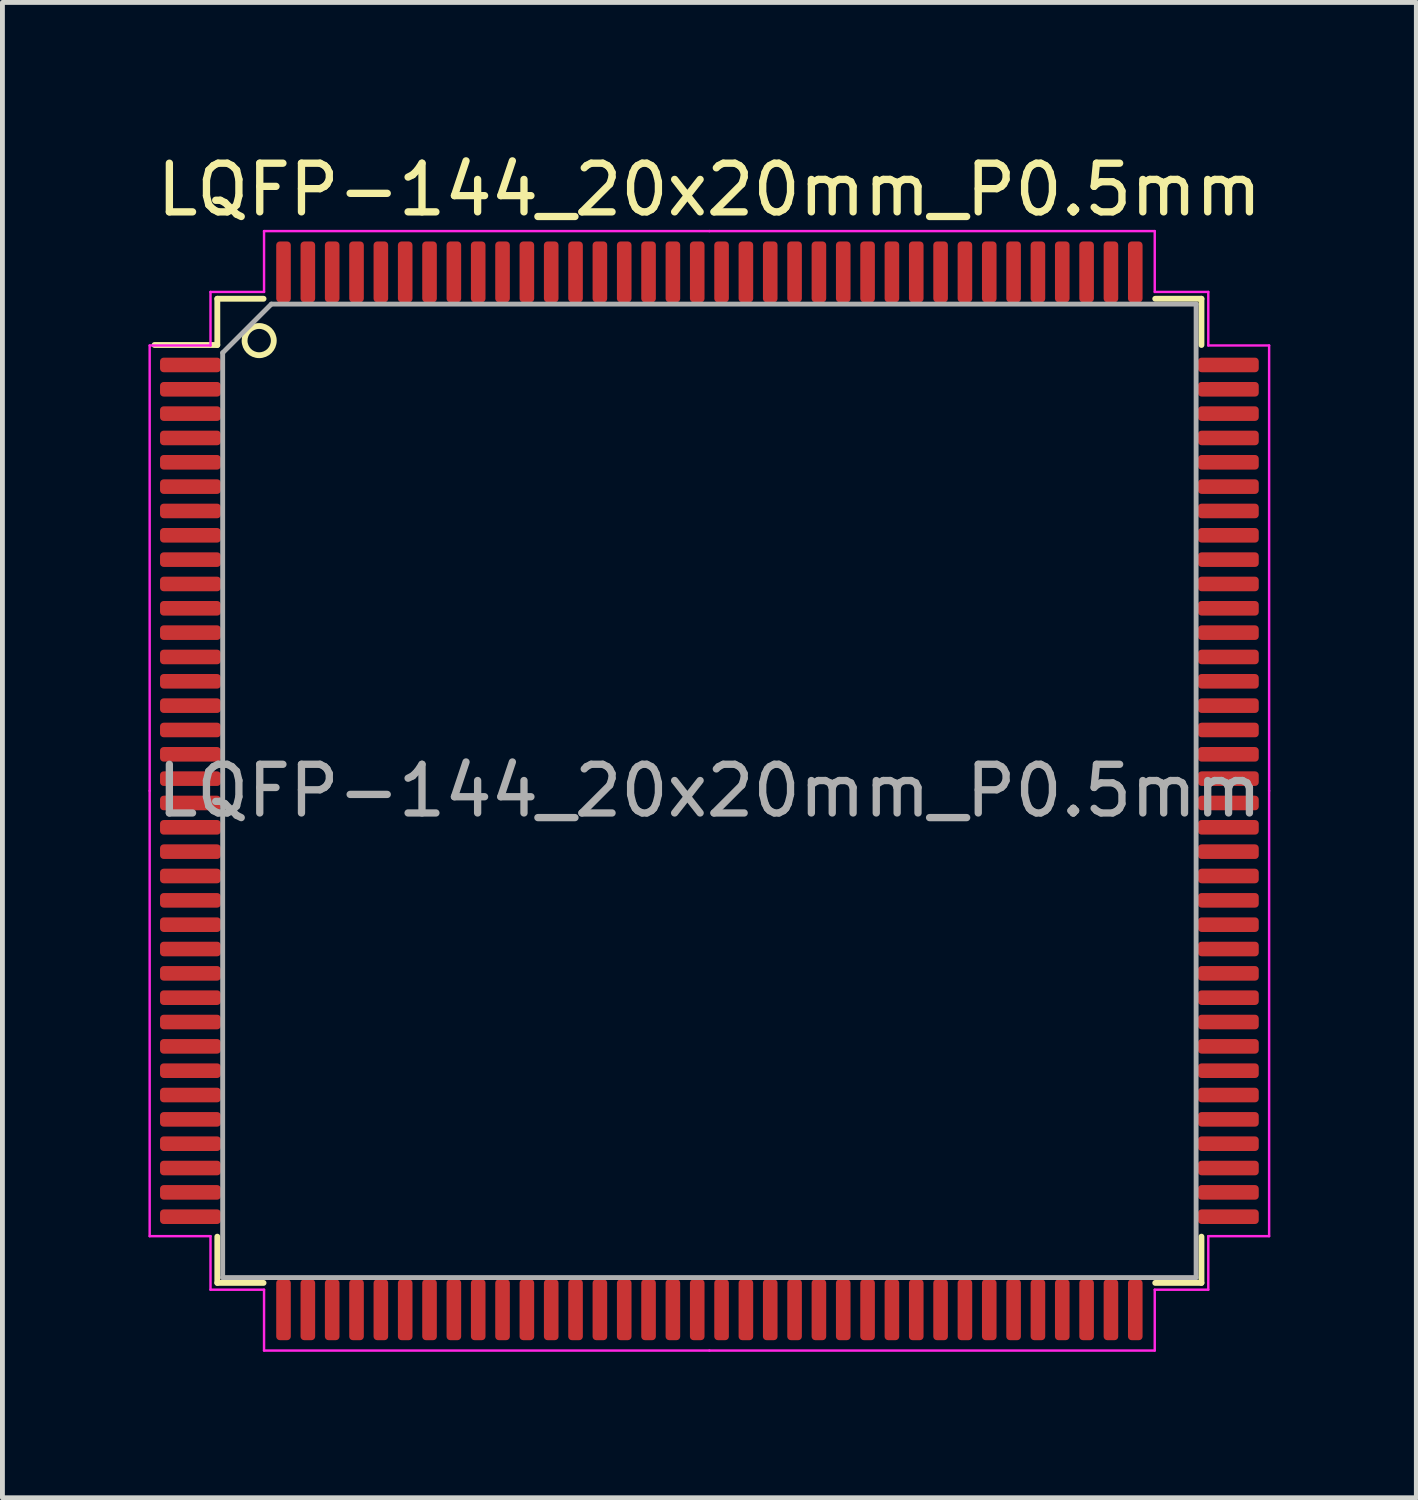
<source format=kicad_pcb>
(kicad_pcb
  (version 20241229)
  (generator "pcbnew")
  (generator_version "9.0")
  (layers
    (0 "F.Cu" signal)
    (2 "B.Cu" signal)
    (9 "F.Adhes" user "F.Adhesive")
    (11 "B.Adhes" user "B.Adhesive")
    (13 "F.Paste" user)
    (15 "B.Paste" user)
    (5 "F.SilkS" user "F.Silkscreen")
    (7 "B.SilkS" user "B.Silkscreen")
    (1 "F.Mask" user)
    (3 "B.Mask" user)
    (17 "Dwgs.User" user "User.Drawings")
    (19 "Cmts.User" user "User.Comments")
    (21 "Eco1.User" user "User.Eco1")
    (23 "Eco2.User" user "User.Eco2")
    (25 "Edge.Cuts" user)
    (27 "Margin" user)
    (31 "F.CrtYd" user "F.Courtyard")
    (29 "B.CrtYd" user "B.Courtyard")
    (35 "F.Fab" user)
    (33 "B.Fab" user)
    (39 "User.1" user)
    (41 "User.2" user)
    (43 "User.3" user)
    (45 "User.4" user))
  (footprint "LQFP-144_20x20mm_P0.5mm"
    (layer "F.Cu")
    (at 11.525 13.198)
    (property "Reference" "LQFP-144_20x20mm_P0.5mm" (at 0 -12.35 0) (layer "F.SilkS") (effects (font (size 1 1) (thickness 0.15))))
    (attr smd)
    (fp_line (start -10.11 -10.11) (end -10.11 -9.16) (stroke (width 0.12) (type solid)) (layer "F.SilkS"))
    (fp_line (start -10.11 -9.16) (end -11.4 -9.16) (stroke (width 0.12) (type solid)) (layer "F.SilkS"))
    (fp_line (start -10.11 10.11) (end -10.11 9.16) (stroke (width 0.12) (type solid)) (layer "F.SilkS"))
    (fp_line (start -9.16 -10.11) (end -10.11 -10.11) (stroke (width 0.12) (type solid)) (layer "F.SilkS"))
    (fp_line (start -9.16 10.11) (end -10.11 10.11) (stroke (width 0.12) (type solid)) (layer "F.SilkS"))
    (fp_line (start 9.16 -10.11) (end 10.11 -10.11) (stroke (width 0.12) (type solid)) (layer "F.SilkS"))
    (fp_line (start 9.16 10.11) (end 10.11 10.11) (stroke (width 0.12) (type solid)) (layer "F.SilkS"))
    (fp_line (start 10.11 -10.11) (end 10.11 -9.16) (stroke (width 0.12) (type solid)) (layer "F.SilkS"))
    (fp_line (start 10.11 10.11) (end 10.11 9.16) (stroke (width 0.12) (type solid)) (layer "F.SilkS"))
    (fp_circle (center -9.25 -9.25) (end -8.95 -9.25) (stroke (width 0.12) (type solid)) (fill no) (layer "F.SilkS"))
    (fp_line (start -11.5 -9.15) (end -11.5 0) (stroke (width 0.05) (type solid)) (layer "F.CrtYd"))
    (fp_line (start -11.5 9.15) (end -11.5 0) (stroke (width 0.05) (type solid)) (layer "F.CrtYd"))
    (fp_line (start -10.25 -10.25) (end -10.25 -9.15) (stroke (width 0.05) (type solid)) (layer "F.CrtYd"))
    (fp_line (start -10.25 -9.15) (end -11.5 -9.15) (stroke (width 0.05) (type solid)) (layer "F.CrtYd"))
    (fp_line (start -10.25 9.15) (end -11.5 9.15) (stroke (width 0.05) (type solid)) (layer "F.CrtYd"))
    (fp_line (start -10.25 10.25) (end -10.25 9.15) (stroke (width 0.05) (type solid)) (layer "F.CrtYd"))
    (fp_line (start -9.15 -11.5) (end -9.15 -10.25) (stroke (width 0.05) (type solid)) (layer "F.CrtYd"))
    (fp_line (start -9.15 -10.25) (end -10.25 -10.25) (stroke (width 0.05) (type solid)) (layer "F.CrtYd"))
    (fp_line (start -9.15 10.25) (end -10.25 10.25) (stroke (width 0.05) (type solid)) (layer "F.CrtYd"))
    (fp_line (start -9.15 11.5) (end -9.15 10.25) (stroke (width 0.05) (type solid)) (layer "F.CrtYd"))
    (fp_line (start 0 -11.5) (end -9.15 -11.5) (stroke (width 0.05) (type solid)) (layer "F.CrtYd"))
    (fp_line (start 0 -11.5) (end 9.15 -11.5) (stroke (width 0.05) (type solid)) (layer "F.CrtYd"))
    (fp_line (start 0 11.5) (end -9.15 11.5) (stroke (width 0.05) (type solid)) (layer "F.CrtYd"))
    (fp_line (start 0 11.5) (end 9.15 11.5) (stroke (width 0.05) (type solid)) (layer "F.CrtYd"))
    (fp_line (start 9.15 -11.5) (end 9.15 -10.25) (stroke (width 0.05) (type solid)) (layer "F.CrtYd"))
    (fp_line (start 9.15 -10.25) (end 10.25 -10.25) (stroke (width 0.05) (type solid)) (layer "F.CrtYd"))
    (fp_line (start 9.15 10.25) (end 10.25 10.25) (stroke (width 0.05) (type solid)) (layer "F.CrtYd"))
    (fp_line (start 9.15 11.5) (end 9.15 10.25) (stroke (width 0.05) (type solid)) (layer "F.CrtYd"))
    (fp_line (start 10.25 -10.25) (end 10.25 -9.15) (stroke (width 0.05) (type solid)) (layer "F.CrtYd"))
    (fp_line (start 10.25 -9.15) (end 11.5 -9.15) (stroke (width 0.05) (type solid)) (layer "F.CrtYd"))
    (fp_line (start 10.25 9.15) (end 11.5 9.15) (stroke (width 0.05) (type solid)) (layer "F.CrtYd"))
    (fp_line (start 10.25 10.25) (end 10.25 9.15) (stroke (width 0.05) (type solid)) (layer "F.CrtYd"))
    (fp_line (start 11.5 -9.15) (end 11.5 0) (stroke (width 0.05) (type solid)) (layer "F.CrtYd"))
    (fp_line (start 11.5 9.15) (end 11.5 0) (stroke (width 0.05) (type solid)) (layer "F.CrtYd"))
    (fp_line (start -10 -9) (end -9 -10) (stroke (width 0.1) (type solid)) (layer "F.Fab"))
    (fp_line (start -10 10) (end -10 -9) (stroke (width 0.1) (type solid)) (layer "F.Fab"))
    (fp_line (start -9 -10) (end 10 -10) (stroke (width 0.1) (type solid)) (layer "F.Fab"))
    (fp_line (start 10 -10) (end 10 10) (stroke (width 0.1) (type solid)) (layer "F.Fab"))
    (fp_line (start 10 10) (end -10 10) (stroke (width 0.1) (type solid)) (layer "F.Fab"))
    (fp_text user "${REFERENCE}" (at 0 0 0) (layer "F.Fab") (effects (font (size 1 1) (thickness 0.15))))
    (pad "" smd roundrect (at -10.662 -8.75) (size 1.2 0.25) (layers "F.Paste") (roundrect_rratio 0.5))
    (pad "" smd roundrect (at -10.662 -8.25) (size 1.2 0.25) (layers "F.Paste") (roundrect_rratio 0.5))
    (pad "" smd roundrect (at -10.662 -7.75) (size 1.2 0.25) (layers "F.Paste") (roundrect_rratio 0.5))
    (pad "" smd roundrect (at -10.662 -7.25) (size 1.2 0.25) (layers "F.Paste") (roundrect_rratio 0.5))
    (pad "" smd roundrect (at -10.662 -6.75) (size 1.2 0.25) (layers "F.Paste") (roundrect_rratio 0.5))
    (pad "" smd roundrect (at -10.662 -6.25) (size 1.2 0.25) (layers "F.Paste") (roundrect_rratio 0.5))
    (pad "" smd roundrect (at -10.662 -5.75) (size 1.2 0.25) (layers "F.Paste") (roundrect_rratio 0.5))
    (pad "" smd roundrect (at -10.662 -5.25) (size 1.2 0.25) (layers "F.Paste") (roundrect_rratio 0.5))
    (pad "" smd roundrect (at -10.662 -4.75) (size 1.2 0.25) (layers "F.Paste") (roundrect_rratio 0.5))
    (pad "" smd roundrect (at -10.662 -4.25) (size 1.2 0.25) (layers "F.Paste") (roundrect_rratio 0.5))
    (pad "" smd roundrect (at -10.662 -3.75) (size 1.2 0.25) (layers "F.Paste") (roundrect_rratio 0.5))
    (pad "" smd roundrect (at -10.662 -3.25) (size 1.2 0.25) (layers "F.Paste") (roundrect_rratio 0.5))
    (pad "" smd roundrect (at -10.662 -2.75) (size 1.2 0.25) (layers "F.Paste") (roundrect_rratio 0.5))
    (pad "" smd roundrect (at -10.662 -2.25) (size 1.2 0.25) (layers "F.Paste") (roundrect_rratio 0.5))
    (pad "" smd roundrect (at -10.662 -1.75) (size 1.2 0.25) (layers "F.Paste") (roundrect_rratio 0.5))
    (pad "" smd roundrect (at -10.662 -1.25) (size 1.2 0.25) (layers "F.Paste") (roundrect_rratio 0.5))
    (pad "" smd roundrect (at -10.662 -0.75) (size 1.2 0.25) (layers "F.Paste") (roundrect_rratio 0.5))
    (pad "" smd roundrect (at -10.662 -0.25) (size 1.2 0.25) (layers "F.Paste") (roundrect_rratio 0.5))
    (pad "" smd roundrect (at -10.662 0.25) (size 1.2 0.25) (layers "F.Paste") (roundrect_rratio 0.5))
    (pad "" smd roundrect (at -10.662 0.75) (size 1.2 0.25) (layers "F.Paste") (roundrect_rratio 0.5))
    (pad "" smd roundrect (at -10.662 1.25) (size 1.2 0.25) (layers "F.Paste") (roundrect_rratio 0.5))
    (pad "" smd roundrect (at -10.662 1.75) (size 1.2 0.25) (layers "F.Paste") (roundrect_rratio 0.5))
    (pad "" smd roundrect (at -10.662 2.25) (size 1.2 0.25) (layers "F.Paste") (roundrect_rratio 0.5))
    (pad "" smd roundrect (at -10.662 2.75) (size 1.2 0.25) (layers "F.Paste") (roundrect_rratio 0.5))
    (pad "" smd roundrect (at -10.662 3.25) (size 1.2 0.25) (layers "F.Paste") (roundrect_rratio 0.5))
    (pad "" smd roundrect (at -10.662 3.75) (size 1.2 0.25) (layers "F.Paste") (roundrect_rratio 0.5))
    (pad "" smd roundrect (at -10.662 4.25) (size 1.2 0.25) (layers "F.Paste") (roundrect_rratio 0.5))
    (pad "" smd roundrect (at -10.662 4.75) (size 1.2 0.25) (layers "F.Paste") (roundrect_rratio 0.5))
    (pad "" smd roundrect (at -10.662 5.25) (size 1.2 0.25) (layers "F.Paste") (roundrect_rratio 0.5))
    (pad "" smd roundrect (at -10.662 5.75) (size 1.2 0.25) (layers "F.Paste") (roundrect_rratio 0.5))
    (pad "" smd roundrect (at -10.662 6.25) (size 1.2 0.25) (layers "F.Paste") (roundrect_rratio 0.5))
    (pad "" smd roundrect (at -10.662 6.75) (size 1.2 0.25) (layers "F.Paste") (roundrect_rratio 0.5))
    (pad "" smd roundrect (at -10.662 7.25) (size 1.2 0.25) (layers "F.Paste") (roundrect_rratio 0.5))
    (pad "" smd roundrect (at -10.662 7.75) (size 1.2 0.25) (layers "F.Paste") (roundrect_rratio 0.5))
    (pad "" smd roundrect (at -10.662 8.25) (size 1.2 0.25) (layers "F.Paste") (roundrect_rratio 0.5))
    (pad "" smd roundrect (at -10.662 8.75) (size 1.2 0.25) (layers "F.Paste") (roundrect_rratio 0.5))
    (pad "" smd roundrect (at -8.75 -10.662) (size 0.25 1.2) (layers "F.Paste") (roundrect_rratio 0.5))
    (pad "" smd roundrect (at -8.75 10.662) (size 0.25 1.2) (layers "F.Paste") (roundrect_rratio 0.5))
    (pad "" smd roundrect (at -8.25 -10.662) (size 0.25 1.2) (layers "F.Paste") (roundrect_rratio 0.5))
    (pad "" smd roundrect (at -8.25 10.662) (size 0.25 1.2) (layers "F.Paste") (roundrect_rratio 0.5))
    (pad "" smd roundrect (at -7.75 -10.662) (size 0.25 1.2) (layers "F.Paste") (roundrect_rratio 0.5))
    (pad "" smd roundrect (at -7.75 10.662) (size 0.25 1.2) (layers "F.Paste") (roundrect_rratio 0.5))
    (pad "" smd roundrect (at -7.25 -10.662) (size 0.25 1.2) (layers "F.Paste") (roundrect_rratio 0.5))
    (pad "" smd roundrect (at -7.25 10.662) (size 0.25 1.2) (layers "F.Paste") (roundrect_rratio 0.5))
    (pad "" smd roundrect (at -6.75 -10.662) (size 0.25 1.2) (layers "F.Paste") (roundrect_rratio 0.5))
    (pad "" smd roundrect (at -6.75 10.662) (size 0.25 1.2) (layers "F.Paste") (roundrect_rratio 0.5))
    (pad "" smd roundrect (at -6.25 -10.662) (size 0.25 1.2) (layers "F.Paste") (roundrect_rratio 0.5))
    (pad "" smd roundrect (at -6.25 10.662) (size 0.25 1.2) (layers "F.Paste") (roundrect_rratio 0.5))
    (pad "" smd roundrect (at -5.75 -10.662) (size 0.25 1.2) (layers "F.Paste") (roundrect_rratio 0.5))
    (pad "" smd roundrect (at -5.75 10.662) (size 0.25 1.2) (layers "F.Paste") (roundrect_rratio 0.5))
    (pad "" smd roundrect (at -5.25 -10.662) (size 0.25 1.2) (layers "F.Paste") (roundrect_rratio 0.5))
    (pad "" smd roundrect (at -5.25 10.662) (size 0.25 1.2) (layers "F.Paste") (roundrect_rratio 0.5))
    (pad "" smd roundrect (at -4.75 -10.662) (size 0.25 1.2) (layers "F.Paste") (roundrect_rratio 0.5))
    (pad "" smd roundrect (at -4.75 10.662) (size 0.25 1.2) (layers "F.Paste") (roundrect_rratio 0.5))
    (pad "" smd roundrect (at -4.25 -10.662) (size 0.25 1.2) (layers "F.Paste") (roundrect_rratio 0.5))
    (pad "" smd roundrect (at -4.25 10.662) (size 0.25 1.2) (layers "F.Paste") (roundrect_rratio 0.5))
    (pad "" smd roundrect (at -3.75 -10.662) (size 0.25 1.2) (layers "F.Paste") (roundrect_rratio 0.5))
    (pad "" smd roundrect (at -3.75 10.662) (size 0.25 1.2) (layers "F.Paste") (roundrect_rratio 0.5))
    (pad "" smd roundrect (at -3.25 -10.662) (size 0.25 1.2) (layers "F.Paste") (roundrect_rratio 0.5))
    (pad "" smd roundrect (at -3.25 10.662) (size 0.25 1.2) (layers "F.Paste") (roundrect_rratio 0.5))
    (pad "" smd roundrect (at -2.75 -10.662) (size 0.25 1.2) (layers "F.Paste") (roundrect_rratio 0.5))
    (pad "" smd roundrect (at -2.75 10.662) (size 0.25 1.2) (layers "F.Paste") (roundrect_rratio 0.5))
    (pad "" smd roundrect (at -2.25 -10.662) (size 0.25 1.2) (layers "F.Paste") (roundrect_rratio 0.5))
    (pad "" smd roundrect (at -2.25 10.662) (size 0.25 1.2) (layers "F.Paste") (roundrect_rratio 0.5))
    (pad "" smd roundrect (at -1.75 -10.662) (size 0.25 1.2) (layers "F.Paste") (roundrect_rratio 0.5))
    (pad "" smd roundrect (at -1.75 10.662) (size 0.25 1.2) (layers "F.Paste") (roundrect_rratio 0.5))
    (pad "" smd roundrect (at -1.25 -10.662) (size 0.25 1.2) (layers "F.Paste") (roundrect_rratio 0.5))
    (pad "" smd roundrect (at -1.25 10.662) (size 0.25 1.2) (layers "F.Paste") (roundrect_rratio 0.5))
    (pad "" smd roundrect (at -0.75 -10.662) (size 0.25 1.2) (layers "F.Paste") (roundrect_rratio 0.5))
    (pad "" smd roundrect (at -0.75 10.662) (size 0.25 1.2) (layers "F.Paste") (roundrect_rratio 0.5))
    (pad "" smd roundrect (at -0.25 -10.662) (size 0.25 1.2) (layers "F.Paste") (roundrect_rratio 0.5))
    (pad "" smd roundrect (at -0.25 10.662) (size 0.25 1.2) (layers "F.Paste") (roundrect_rratio 0.5))
    (pad "" smd roundrect (at 0.25 -10.662) (size 0.25 1.2) (layers "F.Paste") (roundrect_rratio 0.5))
    (pad "" smd roundrect (at 0.25 10.662) (size 0.25 1.2) (layers "F.Paste") (roundrect_rratio 0.5))
    (pad "" smd roundrect (at 0.75 -10.662) (size 0.25 1.2) (layers "F.Paste") (roundrect_rratio 0.5))
    (pad "" smd roundrect (at 0.75 10.662) (size 0.25 1.2) (layers "F.Paste") (roundrect_rratio 0.5))
    (pad "" smd roundrect (at 1.25 -10.662) (size 0.25 1.2) (layers "F.Paste") (roundrect_rratio 0.5))
    (pad "" smd roundrect (at 1.25 10.662) (size 0.25 1.2) (layers "F.Paste") (roundrect_rratio 0.5))
    (pad "" smd roundrect (at 1.75 -10.662) (size 0.25 1.2) (layers "F.Paste") (roundrect_rratio 0.5))
    (pad "" smd roundrect (at 1.75 10.662) (size 0.25 1.2) (layers "F.Paste") (roundrect_rratio 0.5))
    (pad "" smd roundrect (at 2.25 -10.662) (size 0.25 1.2) (layers "F.Paste") (roundrect_rratio 0.5))
    (pad "" smd roundrect (at 2.25 10.662) (size 0.25 1.2) (layers "F.Paste") (roundrect_rratio 0.5))
    (pad "" smd roundrect (at 2.75 -10.662) (size 0.25 1.2) (layers "F.Paste") (roundrect_rratio 0.5))
    (pad "" smd roundrect (at 2.75 10.662) (size 0.25 1.2) (layers "F.Paste") (roundrect_rratio 0.5))
    (pad "" smd roundrect (at 3.25 -10.662) (size 0.25 1.2) (layers "F.Paste") (roundrect_rratio 0.5))
    (pad "" smd roundrect (at 3.25 10.662) (size 0.25 1.2) (layers "F.Paste") (roundrect_rratio 0.5))
    (pad "" smd roundrect (at 3.75 -10.662) (size 0.25 1.2) (layers "F.Paste") (roundrect_rratio 0.5))
    (pad "" smd roundrect (at 3.75 10.662) (size 0.25 1.2) (layers "F.Paste") (roundrect_rratio 0.5))
    (pad "" smd roundrect (at 4.25 -10.662) (size 0.25 1.2) (layers "F.Paste") (roundrect_rratio 0.5))
    (pad "" smd roundrect (at 4.25 10.662) (size 0.25 1.2) (layers "F.Paste") (roundrect_rratio 0.5))
    (pad "" smd roundrect (at 4.75 -10.662) (size 0.25 1.2) (layers "F.Paste") (roundrect_rratio 0.5))
    (pad "" smd roundrect (at 4.75 10.662) (size 0.25 1.2) (layers "F.Paste") (roundrect_rratio 0.5))
    (pad "" smd roundrect (at 5.25 -10.662) (size 0.25 1.2) (layers "F.Paste") (roundrect_rratio 0.5))
    (pad "" smd roundrect (at 5.25 10.662) (size 0.25 1.2) (layers "F.Paste") (roundrect_rratio 0.5))
    (pad "" smd roundrect (at 5.75 -10.662) (size 0.25 1.2) (layers "F.Paste") (roundrect_rratio 0.5))
    (pad "" smd roundrect (at 5.75 10.662) (size 0.25 1.2) (layers "F.Paste") (roundrect_rratio 0.5))
    (pad "" smd roundrect (at 6.25 -10.662) (size 0.25 1.2) (layers "F.Paste") (roundrect_rratio 0.5))
    (pad "" smd roundrect (at 6.25 10.662) (size 0.25 1.2) (layers "F.Paste") (roundrect_rratio 0.5))
    (pad "" smd roundrect (at 6.75 -10.662) (size 0.25 1.2) (layers "F.Paste") (roundrect_rratio 0.5))
    (pad "" smd roundrect (at 6.75 10.662) (size 0.25 1.2) (layers "F.Paste") (roundrect_rratio 0.5))
    (pad "" smd roundrect (at 7.25 -10.662) (size 0.25 1.2) (layers "F.Paste") (roundrect_rratio 0.5))
    (pad "" smd roundrect (at 7.25 10.662) (size 0.25 1.2) (layers "F.Paste") (roundrect_rratio 0.5))
    (pad "" smd roundrect (at 7.75 -10.662) (size 0.25 1.2) (layers "F.Paste") (roundrect_rratio 0.5))
    (pad "" smd roundrect (at 7.75 10.662) (size 0.25 1.2) (layers "F.Paste") (roundrect_rratio 0.5))
    (pad "" smd roundrect (at 8.25 -10.662) (size 0.25 1.2) (layers "F.Paste") (roundrect_rratio 0.5))
    (pad "" smd roundrect (at 8.25 10.662) (size 0.25 1.2) (layers "F.Paste") (roundrect_rratio 0.5))
    (pad "" smd roundrect (at 8.75 -10.662) (size 0.25 1.2) (layers "F.Paste") (roundrect_rratio 0.5))
    (pad "" smd roundrect (at 8.75 10.662) (size 0.25 1.2) (layers "F.Paste") (roundrect_rratio 0.5))
    (pad "" smd roundrect (at 10.662 -8.75) (size 1.2 0.25) (layers "F.Paste") (roundrect_rratio 0.5))
    (pad "" smd roundrect (at 10.662 -8.25) (size 1.2 0.25) (layers "F.Paste") (roundrect_rratio 0.5))
    (pad "" smd roundrect (at 10.662 -7.75) (size 1.2 0.25) (layers "F.Paste") (roundrect_rratio 0.5))
    (pad "" smd roundrect (at 10.662 -7.25) (size 1.2 0.25) (layers "F.Paste") (roundrect_rratio 0.5))
    (pad "" smd roundrect (at 10.662 -6.75) (size 1.2 0.25) (layers "F.Paste") (roundrect_rratio 0.5))
    (pad "" smd roundrect (at 10.662 -6.25) (size 1.2 0.25) (layers "F.Paste") (roundrect_rratio 0.5))
    (pad "" smd roundrect (at 10.662 -5.75) (size 1.2 0.25) (layers "F.Paste") (roundrect_rratio 0.5))
    (pad "" smd roundrect (at 10.662 -5.25) (size 1.2 0.25) (layers "F.Paste") (roundrect_rratio 0.5))
    (pad "" smd roundrect (at 10.662 -4.75) (size 1.2 0.25) (layers "F.Paste") (roundrect_rratio 0.5))
    (pad "" smd roundrect (at 10.662 -4.25) (size 1.2 0.25) (layers "F.Paste") (roundrect_rratio 0.5))
    (pad "" smd roundrect (at 10.662 -3.75) (size 1.2 0.25) (layers "F.Paste") (roundrect_rratio 0.5))
    (pad "" smd roundrect (at 10.662 -3.25) (size 1.2 0.25) (layers "F.Paste") (roundrect_rratio 0.5))
    (pad "" smd roundrect (at 10.662 -2.75) (size 1.2 0.25) (layers "F.Paste") (roundrect_rratio 0.5))
    (pad "" smd roundrect (at 10.662 -2.25) (size 1.2 0.25) (layers "F.Paste") (roundrect_rratio 0.5))
    (pad "" smd roundrect (at 10.662 -1.75) (size 1.2 0.25) (layers "F.Paste") (roundrect_rratio 0.5))
    (pad "" smd roundrect (at 10.662 -1.25) (size 1.2 0.25) (layers "F.Paste") (roundrect_rratio 0.5))
    (pad "" smd roundrect (at 10.662 -0.75) (size 1.2 0.25) (layers "F.Paste") (roundrect_rratio 0.5))
    (pad "" smd roundrect (at 10.662 -0.25) (size 1.2 0.25) (layers "F.Paste") (roundrect_rratio 0.5))
    (pad "" smd roundrect (at 10.662 0.25) (size 1.2 0.25) (layers "F.Paste") (roundrect_rratio 0.5))
    (pad "" smd roundrect (at 10.662 0.75) (size 1.2 0.25) (layers "F.Paste") (roundrect_rratio 0.5))
    (pad "" smd roundrect (at 10.662 1.25) (size 1.2 0.25) (layers "F.Paste") (roundrect_rratio 0.5))
    (pad "" smd roundrect (at 10.662 1.75) (size 1.2 0.25) (layers "F.Paste") (roundrect_rratio 0.5))
    (pad "" smd roundrect (at 10.662 2.25) (size 1.2 0.25) (layers "F.Paste") (roundrect_rratio 0.5))
    (pad "" smd roundrect (at 10.662 2.75) (size 1.2 0.25) (layers "F.Paste") (roundrect_rratio 0.5))
    (pad "" smd roundrect (at 10.662 3.25) (size 1.2 0.25) (layers "F.Paste") (roundrect_rratio 0.5))
    (pad "" smd roundrect (at 10.662 3.75) (size 1.2 0.25) (layers "F.Paste") (roundrect_rratio 0.5))
    (pad "" smd roundrect (at 10.662 4.25) (size 1.2 0.25) (layers "F.Paste") (roundrect_rratio 0.5))
    (pad "" smd roundrect (at 10.662 4.75) (size 1.2 0.25) (layers "F.Paste") (roundrect_rratio 0.5))
    (pad "" smd roundrect (at 10.662 5.25) (size 1.2 0.25) (layers "F.Paste") (roundrect_rratio 0.5))
    (pad "" smd roundrect (at 10.662 5.75) (size 1.2 0.25) (layers "F.Paste") (roundrect_rratio 0.5))
    (pad "" smd roundrect (at 10.662 6.25) (size 1.2 0.25) (layers "F.Paste") (roundrect_rratio 0.5))
    (pad "" smd roundrect (at 10.662 6.75) (size 1.2 0.25) (layers "F.Paste") (roundrect_rratio 0.5))
    (pad "" smd roundrect (at 10.662 7.25) (size 1.2 0.25) (layers "F.Paste") (roundrect_rratio 0.5))
    (pad "" smd roundrect (at 10.662 7.75) (size 1.2 0.25) (layers "F.Paste") (roundrect_rratio 0.5))
    (pad "" smd roundrect (at 10.662 8.25) (size 1.2 0.25) (layers "F.Paste") (roundrect_rratio 0.5))
    (pad "" smd roundrect (at 10.662 8.75) (size 1.2 0.25) (layers "F.Paste") (roundrect_rratio 0.5))
    (pad "1" connect roundrect (at -10.662 -8.75) (size 1.25 0.3) (layers "F.Cu" "F.Mask") (roundrect_rratio 0.25))
    (pad "2" connect roundrect (at -10.662 -8.25) (size 1.25 0.3) (layers "F.Cu" "F.Mask") (roundrect_rratio 0.25))
    (pad "3" connect roundrect (at -10.662 -7.75) (size 1.25 0.3) (layers "F.Cu" "F.Mask") (roundrect_rratio 0.25))
    (pad "4" connect roundrect (at -10.662 -7.25) (size 1.25 0.3) (layers "F.Cu" "F.Mask") (roundrect_rratio 0.25))
    (pad "5" connect roundrect (at -10.662 -6.75) (size 1.25 0.3) (layers "F.Cu" "F.Mask") (roundrect_rratio 0.25))
    (pad "6" connect roundrect (at -10.662 -6.25) (size 1.25 0.3) (layers "F.Cu" "F.Mask") (roundrect_rratio 0.25))
    (pad "7" connect roundrect (at -10.662 -5.75) (size 1.25 0.3) (layers "F.Cu" "F.Mask") (roundrect_rratio 0.25))
    (pad "8" connect roundrect (at -10.662 -5.25) (size 1.25 0.3) (layers "F.Cu" "F.Mask") (roundrect_rratio 0.25))
    (pad "9" connect roundrect (at -10.662 -4.75) (size 1.25 0.3) (layers "F.Cu" "F.Mask") (roundrect_rratio 0.25))
    (pad "10" connect roundrect (at -10.662 -4.25) (size 1.25 0.3) (layers "F.Cu" "F.Mask") (roundrect_rratio 0.25))
    (pad "11" connect roundrect (at -10.662 -3.75) (size 1.25 0.3) (layers "F.Cu" "F.Mask") (roundrect_rratio 0.25))
    (pad "12" connect roundrect (at -10.662 -3.25) (size 1.25 0.3) (layers "F.Cu" "F.Mask") (roundrect_rratio 0.25))
    (pad "13" connect roundrect (at -10.662 -2.75) (size 1.25 0.3) (layers "F.Cu" "F.Mask") (roundrect_rratio 0.25))
    (pad "14" connect roundrect (at -10.662 -2.25) (size 1.25 0.3) (layers "F.Cu" "F.Mask") (roundrect_rratio 0.25))
    (pad "15" connect roundrect (at -10.662 -1.75) (size 1.25 0.3) (layers "F.Cu" "F.Mask") (roundrect_rratio 0.25))
    (pad "16" connect roundrect (at -10.662 -1.25) (size 1.25 0.3) (layers "F.Cu" "F.Mask") (roundrect_rratio 0.25))
    (pad "17" connect roundrect (at -10.662 -0.75) (size 1.25 0.3) (layers "F.Cu" "F.Mask") (roundrect_rratio 0.25))
    (pad "18" connect roundrect (at -10.662 -0.25) (size 1.25 0.3) (layers "F.Cu" "F.Mask") (roundrect_rratio 0.25))
    (pad "19" connect roundrect (at -10.662 0.25) (size 1.25 0.3) (layers "F.Cu" "F.Mask") (roundrect_rratio 0.25))
    (pad "20" connect roundrect (at -10.662 0.75) (size 1.25 0.3) (layers "F.Cu" "F.Mask") (roundrect_rratio 0.25))
    (pad "21" connect roundrect (at -10.662 1.25) (size 1.25 0.3) (layers "F.Cu" "F.Mask") (roundrect_rratio 0.25))
    (pad "22" connect roundrect (at -10.662 1.75) (size 1.25 0.3) (layers "F.Cu" "F.Mask") (roundrect_rratio 0.25))
    (pad "23" connect roundrect (at -10.662 2.25) (size 1.25 0.3) (layers "F.Cu" "F.Mask") (roundrect_rratio 0.25))
    (pad "24" connect roundrect (at -10.662 2.75) (size 1.25 0.3) (layers "F.Cu" "F.Mask") (roundrect_rratio 0.25))
    (pad "25" connect roundrect (at -10.662 3.25) (size 1.25 0.3) (layers "F.Cu" "F.Mask") (roundrect_rratio 0.25))
    (pad "26" connect roundrect (at -10.662 3.75) (size 1.25 0.3) (layers "F.Cu" "F.Mask") (roundrect_rratio 0.25))
    (pad "27" connect roundrect (at -10.662 4.25) (size 1.25 0.3) (layers "F.Cu" "F.Mask") (roundrect_rratio 0.25))
    (pad "28" connect roundrect (at -10.662 4.75) (size 1.25 0.3) (layers "F.Cu" "F.Mask") (roundrect_rratio 0.25))
    (pad "29" connect roundrect (at -10.662 5.25) (size 1.25 0.3) (layers "F.Cu" "F.Mask") (roundrect_rratio 0.25))
    (pad "30" connect roundrect (at -10.662 5.75) (size 1.25 0.3) (layers "F.Cu" "F.Mask") (roundrect_rratio 0.25))
    (pad "31" connect roundrect (at -10.662 6.25) (size 1.25 0.3) (layers "F.Cu" "F.Mask") (roundrect_rratio 0.25))
    (pad "32" connect roundrect (at -10.662 6.75) (size 1.25 0.3) (layers "F.Cu" "F.Mask") (roundrect_rratio 0.25))
    (pad "33" connect roundrect (at -10.662 7.25) (size 1.25 0.3) (layers "F.Cu" "F.Mask") (roundrect_rratio 0.25))
    (pad "34" connect roundrect (at -10.662 7.75) (size 1.25 0.3) (layers "F.Cu" "F.Mask") (roundrect_rratio 0.25))
    (pad "35" connect roundrect (at -10.662 8.25) (size 1.25 0.3) (layers "F.Cu" "F.Mask") (roundrect_rratio 0.25))
    (pad "36" connect roundrect (at -10.662 8.75) (size 1.25 0.3) (layers "F.Cu" "F.Mask") (roundrect_rratio 0.25))
    (pad "37" connect roundrect (at -8.75 10.662) (size 0.3 1.25) (layers "F.Cu" "F.Mask") (roundrect_rratio 0.25))
    (pad "38" connect roundrect (at -8.25 10.662) (size 0.3 1.25) (layers "F.Cu" "F.Mask") (roundrect_rratio 0.25))
    (pad "39" connect roundrect (at -7.75 10.662) (size 0.3 1.25) (layers "F.Cu" "F.Mask") (roundrect_rratio 0.25))
    (pad "40" connect roundrect (at -7.25 10.662) (size 0.3 1.25) (layers "F.Cu" "F.Mask") (roundrect_rratio 0.25))
    (pad "41" connect roundrect (at -6.75 10.662) (size 0.3 1.25) (layers "F.Cu" "F.Mask") (roundrect_rratio 0.25))
    (pad "42" connect roundrect (at -6.25 10.662) (size 0.3 1.25) (layers "F.Cu" "F.Mask") (roundrect_rratio 0.25))
    (pad "43" connect roundrect (at -5.75 10.662) (size 0.3 1.25) (layers "F.Cu" "F.Mask") (roundrect_rratio 0.25))
    (pad "44" connect roundrect (at -5.25 10.662) (size 0.3 1.25) (layers "F.Cu" "F.Mask") (roundrect_rratio 0.25))
    (pad "45" connect roundrect (at -4.75 10.662) (size 0.3 1.25) (layers "F.Cu" "F.Mask") (roundrect_rratio 0.25))
    (pad "46" connect roundrect (at -4.25 10.662) (size 0.3 1.25) (layers "F.Cu" "F.Mask") (roundrect_rratio 0.25))
    (pad "47" connect roundrect (at -3.75 10.662) (size 0.3 1.25) (layers "F.Cu" "F.Mask") (roundrect_rratio 0.25))
    (pad "48" connect roundrect (at -3.25 10.662) (size 0.3 1.25) (layers "F.Cu" "F.Mask") (roundrect_rratio 0.25))
    (pad "49" connect roundrect (at -2.75 10.662) (size 0.3 1.25) (layers "F.Cu" "F.Mask") (roundrect_rratio 0.25))
    (pad "50" connect roundrect (at -2.25 10.662) (size 0.3 1.25) (layers "F.Cu" "F.Mask") (roundrect_rratio 0.25))
    (pad "51" connect roundrect (at -1.75 10.662) (size 0.3 1.25) (layers "F.Cu" "F.Mask") (roundrect_rratio 0.25))
    (pad "52" connect roundrect (at -1.25 10.662) (size 0.3 1.25) (layers "F.Cu" "F.Mask") (roundrect_rratio 0.25))
    (pad "53" connect roundrect (at -0.75 10.662) (size 0.3 1.25) (layers "F.Cu" "F.Mask") (roundrect_rratio 0.25))
    (pad "54" connect roundrect (at -0.25 10.662) (size 0.3 1.25) (layers "F.Cu" "F.Mask") (roundrect_rratio 0.25))
    (pad "55" connect roundrect (at 0.25 10.662) (size 0.3 1.25) (layers "F.Cu" "F.Mask") (roundrect_rratio 0.25))
    (pad "56" connect roundrect (at 0.75 10.662) (size 0.3 1.25) (layers "F.Cu" "F.Mask") (roundrect_rratio 0.25))
    (pad "57" connect roundrect (at 1.25 10.662) (size 0.3 1.25) (layers "F.Cu" "F.Mask") (roundrect_rratio 0.25))
    (pad "58" connect roundrect (at 1.75 10.662) (size 0.3 1.25) (layers "F.Cu" "F.Mask") (roundrect_rratio 0.25))
    (pad "59" connect roundrect (at 2.25 10.662) (size 0.3 1.25) (layers "F.Cu" "F.Mask") (roundrect_rratio 0.25))
    (pad "60" connect roundrect (at 2.75 10.662) (size 0.3 1.25) (layers "F.Cu" "F.Mask") (roundrect_rratio 0.25))
    (pad "61" connect roundrect (at 3.25 10.662) (size 0.3 1.25) (layers "F.Cu" "F.Mask") (roundrect_rratio 0.25))
    (pad "62" connect roundrect (at 3.75 10.662) (size 0.3 1.25) (layers "F.Cu" "F.Mask") (roundrect_rratio 0.25))
    (pad "63" connect roundrect (at 4.25 10.662) (size 0.3 1.25) (layers "F.Cu" "F.Mask") (roundrect_rratio 0.25))
    (pad "64" connect roundrect (at 4.75 10.662) (size 0.3 1.25) (layers "F.Cu" "F.Mask") (roundrect_rratio 0.25))
    (pad "65" connect roundrect (at 5.25 10.662) (size 0.3 1.25) (layers "F.Cu" "F.Mask") (roundrect_rratio 0.25))
    (pad "66" connect roundrect (at 5.75 10.662) (size 0.3 1.25) (layers "F.Cu" "F.Mask") (roundrect_rratio 0.25))
    (pad "67" connect roundrect (at 6.25 10.662) (size 0.3 1.25) (layers "F.Cu" "F.Mask") (roundrect_rratio 0.25))
    (pad "68" connect roundrect (at 6.75 10.662) (size 0.3 1.25) (layers "F.Cu" "F.Mask") (roundrect_rratio 0.25))
    (pad "69" connect roundrect (at 7.25 10.662) (size 0.3 1.25) (layers "F.Cu" "F.Mask") (roundrect_rratio 0.25))
    (pad "70" connect roundrect (at 7.75 10.662) (size 0.3 1.25) (layers "F.Cu" "F.Mask") (roundrect_rratio 0.25))
    (pad "71" connect roundrect (at 8.25 10.662) (size 0.3 1.25) (layers "F.Cu" "F.Mask") (roundrect_rratio 0.25))
    (pad "72" connect roundrect (at 8.75 10.662) (size 0.3 1.25) (layers "F.Cu" "F.Mask") (roundrect_rratio 0.25))
    (pad "73" connect roundrect (at 10.662 8.75) (size 1.25 0.3) (layers "F.Cu" "F.Mask") (roundrect_rratio 0.25))
    (pad "74" connect roundrect (at 10.662 8.25) (size 1.25 0.3) (layers "F.Cu" "F.Mask") (roundrect_rratio 0.25))
    (pad "75" connect roundrect (at 10.662 7.75) (size 1.25 0.3) (layers "F.Cu" "F.Mask") (roundrect_rratio 0.25))
    (pad "76" connect roundrect (at 10.662 7.25) (size 1.25 0.3) (layers "F.Cu" "F.Mask") (roundrect_rratio 0.25))
    (pad "77" connect roundrect (at 10.662 6.75) (size 1.25 0.3) (layers "F.Cu" "F.Mask") (roundrect_rratio 0.25))
    (pad "78" connect roundrect (at 10.662 6.25) (size 1.25 0.3) (layers "F.Cu" "F.Mask") (roundrect_rratio 0.25))
    (pad "79" connect roundrect (at 10.662 5.75) (size 1.25 0.3) (layers "F.Cu" "F.Mask") (roundrect_rratio 0.25))
    (pad "80" connect roundrect (at 10.662 5.25) (size 1.25 0.3) (layers "F.Cu" "F.Mask") (roundrect_rratio 0.25))
    (pad "81" connect roundrect (at 10.662 4.75) (size 1.25 0.3) (layers "F.Cu" "F.Mask") (roundrect_rratio 0.25))
    (pad "82" connect roundrect (at 10.662 4.25) (size 1.25 0.3) (layers "F.Cu" "F.Mask") (roundrect_rratio 0.25))
    (pad "83" connect roundrect (at 10.662 3.75) (size 1.25 0.3) (layers "F.Cu" "F.Mask") (roundrect_rratio 0.25))
    (pad "84" connect roundrect (at 10.662 3.25) (size 1.25 0.3) (layers "F.Cu" "F.Mask") (roundrect_rratio 0.25))
    (pad "85" connect roundrect (at 10.662 2.75) (size 1.25 0.3) (layers "F.Cu" "F.Mask") (roundrect_rratio 0.25))
    (pad "86" connect roundrect (at 10.662 2.25) (size 1.25 0.3) (layers "F.Cu" "F.Mask") (roundrect_rratio 0.25))
    (pad "87" connect roundrect (at 10.662 1.75) (size 1.25 0.3) (layers "F.Cu" "F.Mask") (roundrect_rratio 0.25))
    (pad "88" connect roundrect (at 10.662 1.25) (size 1.25 0.3) (layers "F.Cu" "F.Mask") (roundrect_rratio 0.25))
    (pad "89" connect roundrect (at 10.662 0.75) (size 1.25 0.3) (layers "F.Cu" "F.Mask") (roundrect_rratio 0.25))
    (pad "90" connect roundrect (at 10.662 0.25) (size 1.25 0.3) (layers "F.Cu" "F.Mask") (roundrect_rratio 0.25))
    (pad "91" connect roundrect (at 10.662 -0.25) (size 1.25 0.3) (layers "F.Cu" "F.Mask") (roundrect_rratio 0.25))
    (pad "92" connect roundrect (at 10.662 -0.75) (size 1.25 0.3) (layers "F.Cu" "F.Mask") (roundrect_rratio 0.25))
    (pad "93" connect roundrect (at 10.662 -1.25) (size 1.25 0.3) (layers "F.Cu" "F.Mask") (roundrect_rratio 0.25))
    (pad "94" connect roundrect (at 10.662 -1.75) (size 1.25 0.3) (layers "F.Cu" "F.Mask") (roundrect_rratio 0.25))
    (pad "95" connect roundrect (at 10.662 -2.25) (size 1.25 0.3) (layers "F.Cu" "F.Mask") (roundrect_rratio 0.25))
    (pad "96" connect roundrect (at 10.662 -2.75) (size 1.25 0.3) (layers "F.Cu" "F.Mask") (roundrect_rratio 0.25))
    (pad "97" connect roundrect (at 10.662 -3.25) (size 1.25 0.3) (layers "F.Cu" "F.Mask") (roundrect_rratio 0.25))
    (pad "98" connect roundrect (at 10.662 -3.75) (size 1.25 0.3) (layers "F.Cu" "F.Mask") (roundrect_rratio 0.25))
    (pad "99" connect roundrect (at 10.662 -4.25) (size 1.25 0.3) (layers "F.Cu" "F.Mask") (roundrect_rratio 0.25))
    (pad "100" connect roundrect (at 10.662 -4.75) (size 1.25 0.3) (layers "F.Cu" "F.Mask") (roundrect_rratio 0.25))
    (pad "101" connect roundrect (at 10.662 -5.25) (size 1.25 0.3) (layers "F.Cu" "F.Mask") (roundrect_rratio 0.25))
    (pad "102" connect roundrect (at 10.662 -5.75) (size 1.25 0.3) (layers "F.Cu" "F.Mask") (roundrect_rratio 0.25))
    (pad "103" connect roundrect (at 10.662 -6.25) (size 1.25 0.3) (layers "F.Cu" "F.Mask") (roundrect_rratio 0.25))
    (pad "104" connect roundrect (at 10.662 -6.75) (size 1.25 0.3) (layers "F.Cu" "F.Mask") (roundrect_rratio 0.25))
    (pad "105" connect roundrect (at 10.662 -7.25) (size 1.25 0.3) (layers "F.Cu" "F.Mask") (roundrect_rratio 0.25))
    (pad "106" connect roundrect (at 10.662 -7.75) (size 1.25 0.3) (layers "F.Cu" "F.Mask") (roundrect_rratio 0.25))
    (pad "107" connect roundrect (at 10.662 -8.25) (size 1.25 0.3) (layers "F.Cu" "F.Mask") (roundrect_rratio 0.25))
    (pad "108" connect roundrect (at 10.662 -8.75) (size 1.25 0.3) (layers "F.Cu" "F.Mask") (roundrect_rratio 0.25))
    (pad "109" connect roundrect (at 8.75 -10.662) (size 0.3 1.25) (layers "F.Cu" "F.Mask") (roundrect_rratio 0.25))
    (pad "110" connect roundrect (at 8.25 -10.662) (size 0.3 1.25) (layers "F.Cu" "F.Mask") (roundrect_rratio 0.25))
    (pad "111" connect roundrect (at 7.75 -10.662) (size 0.3 1.25) (layers "F.Cu" "F.Mask") (roundrect_rratio 0.25))
    (pad "112" connect roundrect (at 7.25 -10.662) (size 0.3 1.25) (layers "F.Cu" "F.Mask") (roundrect_rratio 0.25))
    (pad "113" connect roundrect (at 6.75 -10.662) (size 0.3 1.25) (layers "F.Cu" "F.Mask") (roundrect_rratio 0.25))
    (pad "114" connect roundrect (at 6.25 -10.662) (size 0.3 1.25) (layers "F.Cu" "F.Mask") (roundrect_rratio 0.25))
    (pad "115" connect roundrect (at 5.75 -10.662) (size 0.3 1.25) (layers "F.Cu" "F.Mask") (roundrect_rratio 0.25))
    (pad "116" connect roundrect (at 5.25 -10.662) (size 0.3 1.25) (layers "F.Cu" "F.Mask") (roundrect_rratio 0.25))
    (pad "117" connect roundrect (at 4.75 -10.662) (size 0.3 1.25) (layers "F.Cu" "F.Mask") (roundrect_rratio 0.25))
    (pad "118" connect roundrect (at 4.25 -10.662) (size 0.3 1.25) (layers "F.Cu" "F.Mask") (roundrect_rratio 0.25))
    (pad "119" connect roundrect (at 3.75 -10.662) (size 0.3 1.25) (layers "F.Cu" "F.Mask") (roundrect_rratio 0.25))
    (pad "120" connect roundrect (at 3.25 -10.662) (size 0.3 1.25) (layers "F.Cu" "F.Mask") (roundrect_rratio 0.25))
    (pad "121" connect roundrect (at 2.75 -10.662) (size 0.3 1.25) (layers "F.Cu" "F.Mask") (roundrect_rratio 0.25))
    (pad "122" connect roundrect (at 2.25 -10.662) (size 0.3 1.25) (layers "F.Cu" "F.Mask") (roundrect_rratio 0.25))
    (pad "123" connect roundrect (at 1.75 -10.662) (size 0.3 1.25) (layers "F.Cu" "F.Mask") (roundrect_rratio 0.25))
    (pad "124" connect roundrect (at 1.25 -10.662) (size 0.3 1.25) (layers "F.Cu" "F.Mask") (roundrect_rratio 0.25))
    (pad "125" connect roundrect (at 0.75 -10.662) (size 0.3 1.25) (layers "F.Cu" "F.Mask") (roundrect_rratio 0.25))
    (pad "126" connect roundrect (at 0.25 -10.662) (size 0.3 1.25) (layers "F.Cu" "F.Mask") (roundrect_rratio 0.25))
    (pad "127" connect roundrect (at -0.25 -10.662) (size 0.3 1.25) (layers "F.Cu" "F.Mask") (roundrect_rratio 0.25))
    (pad "128" connect roundrect (at -0.75 -10.662) (size 0.3 1.25) (layers "F.Cu" "F.Mask") (roundrect_rratio 0.25))
    (pad "129" connect roundrect (at -1.25 -10.662) (size 0.3 1.25) (layers "F.Cu" "F.Mask") (roundrect_rratio 0.25))
    (pad "130" connect roundrect (at -1.75 -10.662) (size 0.3 1.25) (layers "F.Cu" "F.Mask") (roundrect_rratio 0.25))
    (pad "131" connect roundrect (at -2.25 -10.662) (size 0.3 1.25) (layers "F.Cu" "F.Mask") (roundrect_rratio 0.25))
    (pad "132" connect roundrect (at -2.75 -10.662) (size 0.3 1.25) (layers "F.Cu" "F.Mask") (roundrect_rratio 0.25))
    (pad "133" connect roundrect (at -3.25 -10.662) (size 0.3 1.25) (layers "F.Cu" "F.Mask") (roundrect_rratio 0.25))
    (pad "134" connect roundrect (at -3.75 -10.662) (size 0.3 1.25) (layers "F.Cu" "F.Mask") (roundrect_rratio 0.25))
    (pad "135" connect roundrect (at -4.25 -10.662) (size 0.3 1.25) (layers "F.Cu" "F.Mask") (roundrect_rratio 0.25))
    (pad "136" connect roundrect (at -4.75 -10.662) (size 0.3 1.25) (layers "F.Cu" "F.Mask") (roundrect_rratio 0.25))
    (pad "137" connect roundrect (at -5.25 -10.662) (size 0.3 1.25) (layers "F.Cu" "F.Mask") (roundrect_rratio 0.25))
    (pad "138" connect roundrect (at -5.75 -10.662) (size 0.3 1.25) (layers "F.Cu" "F.Mask") (roundrect_rratio 0.25))
    (pad "139" connect roundrect (at -6.25 -10.662) (size 0.3 1.25) (layers "F.Cu" "F.Mask") (roundrect_rratio 0.25))
    (pad "140" connect roundrect (at -6.75 -10.662) (size 0.3 1.25) (layers "F.Cu" "F.Mask") (roundrect_rratio 0.25))
    (pad "141" connect roundrect (at -7.25 -10.662) (size 0.3 1.25) (layers "F.Cu" "F.Mask") (roundrect_rratio 0.25))
    (pad "142" connect roundrect (at -7.75 -10.662) (size 0.3 1.25) (layers "F.Cu" "F.Mask") (roundrect_rratio 0.25))
    (pad "143" connect roundrect (at -8.25 -10.662) (size 0.3 1.25) (layers "F.Cu" "F.Mask") (roundrect_rratio 0.25))
    (pad "144" connect roundrect (at -8.75 -10.662) (size 0.3 1.25) (layers "F.Cu" "F.Mask") (roundrect_rratio 0.25)))
  (gr_rect
    (start -3 -3)
    (end 26.05 27.723)
    (stroke (width 0.1) (type default))
    (fill no)
    (layer "Edge.Cuts")))
</source>
